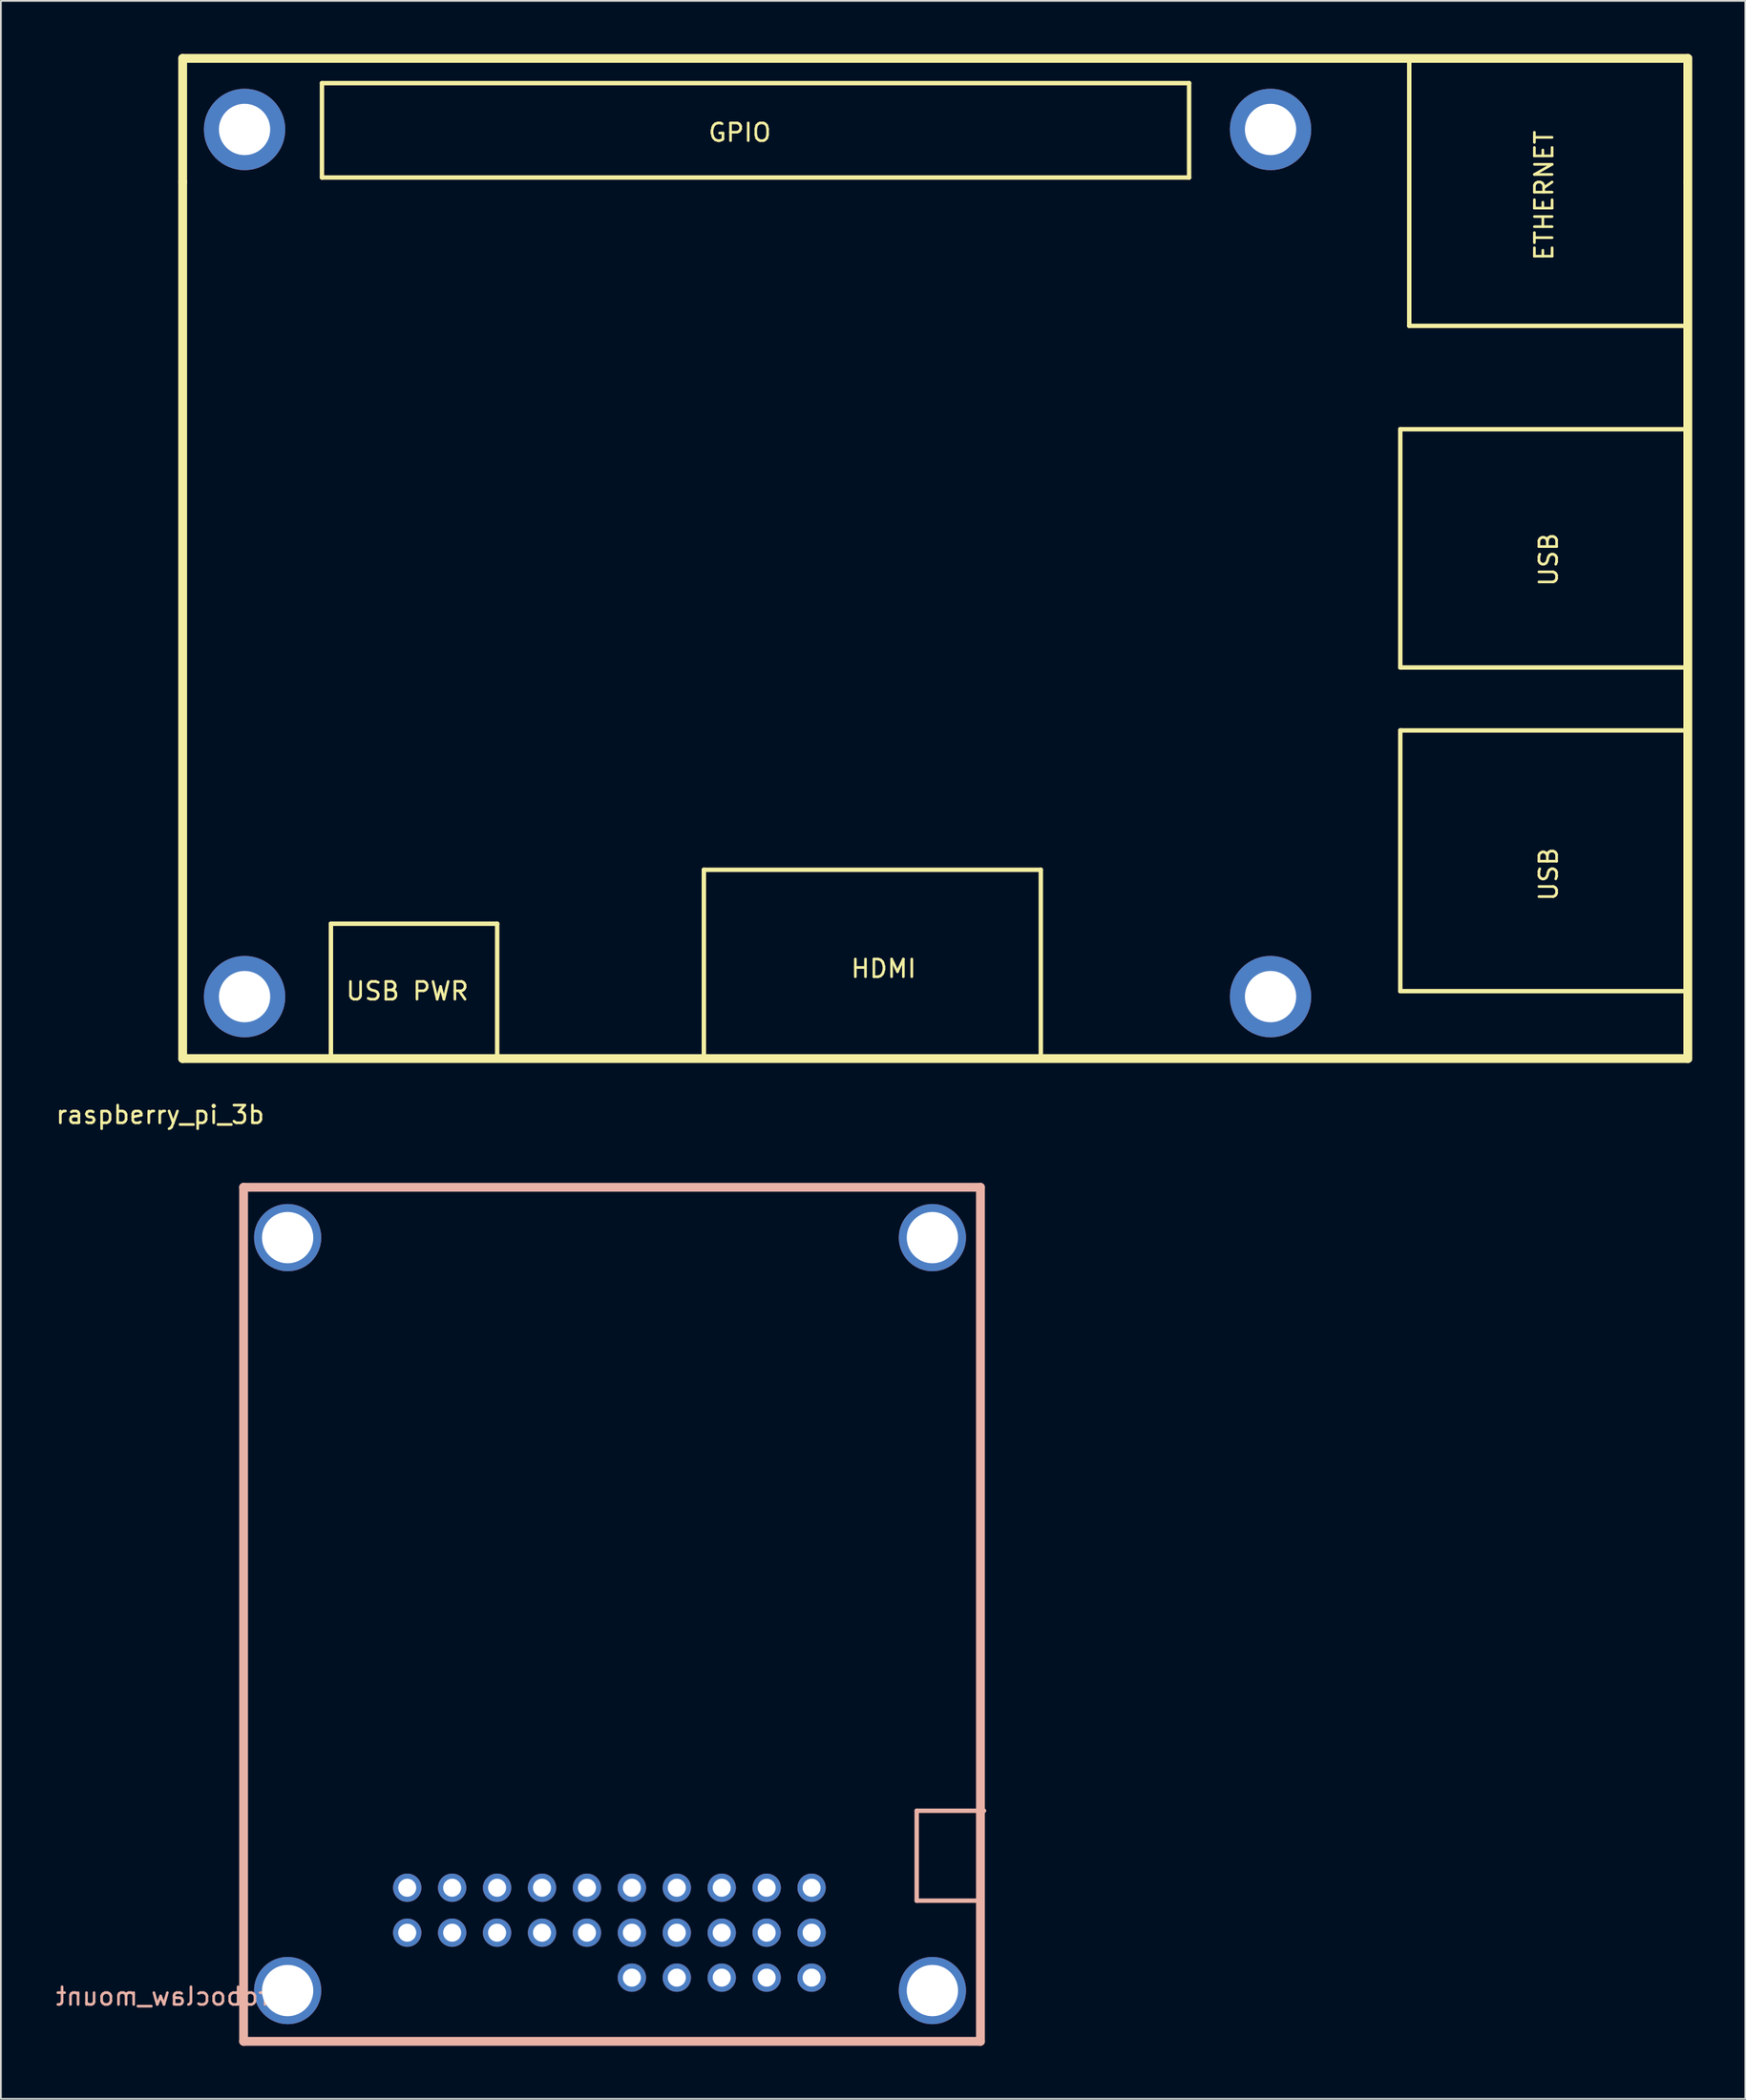
<source format=kicad_pcb>
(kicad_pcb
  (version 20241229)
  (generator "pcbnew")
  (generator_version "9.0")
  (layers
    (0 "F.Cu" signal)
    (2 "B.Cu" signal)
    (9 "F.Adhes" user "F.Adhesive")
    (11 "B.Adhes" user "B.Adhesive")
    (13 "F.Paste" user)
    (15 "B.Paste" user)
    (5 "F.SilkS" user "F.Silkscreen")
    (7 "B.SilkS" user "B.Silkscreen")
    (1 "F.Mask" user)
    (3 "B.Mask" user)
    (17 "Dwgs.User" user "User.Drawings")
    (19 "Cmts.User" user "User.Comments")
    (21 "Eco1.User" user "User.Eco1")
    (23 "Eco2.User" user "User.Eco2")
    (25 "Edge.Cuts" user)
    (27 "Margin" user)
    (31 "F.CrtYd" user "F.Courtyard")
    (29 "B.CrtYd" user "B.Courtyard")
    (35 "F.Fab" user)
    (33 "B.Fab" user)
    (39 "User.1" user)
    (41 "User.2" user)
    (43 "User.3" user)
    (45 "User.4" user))
  (footprint "raspberry_pi_3b"
    (layer "F.Cu")
    (at 7.276 56.765)
    (property "Reference" "raspberry_pi_3b" (at -1.27 3.175 0) (layer "F.SilkS") (effects (font (size 1 1) (thickness 0.15))))
    (attr through_hole)
    (fp_line (start 0 -56.515) (end 0 -49.53) (stroke (width 0.5) (type solid)) (layer "F.SilkS"))
    (fp_line (start 0 -56.515) (end 85.09 -56.515) (stroke (width 0.5) (type solid)) (layer "F.SilkS"))
    (fp_line (start 0 0) (end 0 -49.53) (stroke (width 0.5) (type solid)) (layer "F.SilkS"))
    (fp_line (start 7.874 -55.118) (end 7.874 -49.784) (stroke (width 0.25) (type solid)) (layer "F.SilkS"))
    (fp_line (start 7.874 -49.784) (end 56.896 -49.784) (stroke (width 0.25) (type solid)) (layer "F.SilkS"))
    (fp_line (start 8.382 -7.62) (end 17.78 -7.62) (stroke (width 0.25) (type solid)) (layer "F.SilkS"))
    (fp_line (start 8.382 0) (end 8.382 -7.62) (stroke (width 0.25) (type solid)) (layer "F.SilkS"))
    (fp_line (start 17.78 -7.62) (end 17.78 0) (stroke (width 0.25) (type solid)) (layer "F.SilkS"))
    (fp_line (start 29.464 -10.668) (end 48.514 -10.668) (stroke (width 0.25) (type solid)) (layer "F.SilkS"))
    (fp_line (start 29.464 0) (end 29.464 -10.668) (stroke (width 0.25) (type solid)) (layer "F.SilkS"))
    (fp_line (start 48.514 -10.668) (end 48.514 0) (stroke (width 0.25) (type solid)) (layer "F.SilkS"))
    (fp_line (start 56.896 -55.118) (end 7.874 -55.118) (stroke (width 0.25) (type solid)) (layer "F.SilkS"))
    (fp_line (start 56.896 -49.784) (end 56.896 -55.118) (stroke (width 0.25) (type solid)) (layer "F.SilkS"))
    (fp_line (start 68.834 -35.56) (end 68.834 -22.098) (stroke (width 0.25) (type solid)) (layer "F.SilkS"))
    (fp_line (start 68.834 -22.098) (end 85.09 -22.098) (stroke (width 0.25) (type solid)) (layer "F.SilkS"))
    (fp_line (start 68.834 -18.542) (end 68.834 -3.81) (stroke (width 0.25) (type solid)) (layer "F.SilkS"))
    (fp_line (start 68.834 -3.81) (end 85.09 -3.81) (stroke (width 0.25) (type solid)) (layer "F.SilkS"))
    (fp_line (start 69.342 -56.388) (end 69.342 -41.402) (stroke (width 0.25) (type solid)) (layer "F.SilkS"))
    (fp_line (start 69.342 -41.402) (end 85.09 -41.402) (stroke (width 0.25) (type solid)) (layer "F.SilkS"))
    (fp_line (start 85.09 -56.515) (end 85.09 -49.53) (stroke (width 0.5) (type solid)) (layer "F.SilkS"))
    (fp_line (start 85.09 -49.53) (end 85.09 0) (stroke (width 0.5) (type solid)) (layer "F.SilkS"))
    (fp_line (start 85.09 -35.56) (end 68.834 -35.56) (stroke (width 0.25) (type solid)) (layer "F.SilkS"))
    (fp_line (start 85.09 -18.542) (end 68.834 -18.542) (stroke (width 0.25) (type solid)) (layer "F.SilkS"))
    (fp_line (start 85.09 0) (end 0 0) (stroke (width 0.5) (type solid)) (layer "F.SilkS"))
    (fp_text user "ETHERNET" (at 76.962 -48.768 90) (layer "F.SilkS") (effects (font (size 1 1) (thickness 0.15))))
    (fp_text user "GPIO" (at 31.496 -52.324 0) (layer "F.SilkS") (effects (font (size 1 1) (thickness 0.15))))
    (fp_text user "USB" (at 77.216 -28.194 90) (layer "F.SilkS") (effects (font (size 1 1) (thickness 0.15))))
    (fp_text user "HDMI" (at 39.624 -5.08 0) (layer "F.SilkS") (effects (font (size 1 1) (thickness 0.15))))
    (fp_text user "USB PWR" (at 12.7 -3.81 0) (layer "F.SilkS") (effects (font (size 1 1) (thickness 0.15))))
    (fp_text user "USB" (at 77.216 -10.414 90) (layer "F.SilkS") (effects (font (size 1 1) (thickness 0.15))))
    (pad "" np_thru_hole circle (at 3.5 -52.5) (size 4.6 4.6) (drill 2.9) (layers "*.Cu" "*.Mask"))
    (pad "" np_thru_hole circle (at 3.5 -3.5) (size 4.6 4.6) (drill 2.9) (layers "*.Cu" "*.Mask"))
    (pad "" np_thru_hole circle (at 61.5 -52.5) (size 4.6 4.6) (drill 2.9) (layers "*.Cu" "*.Mask"))
    (pad "" np_thru_hole circle (at 61.5 -3.5) (size 4.6 4.6) (drill 2.9) (layers "*.Cu" "*.Mask")))
  (footprint "roboclaw_mount"
    (layer "F.Cu")
    (at 13.211 109.428)
    (property "Reference" "roboclaw_mount" (at -7.062 0.33 0) (layer "B.SilkS") (effects (font (size 1 1) (thickness 0.15)) (justify mirror)))
    (attr through_hole)
    (fp_line (start -2.49 -45.39) (end -2.49 2.87) (stroke (width 0.5) (type solid)) (layer "B.SilkS"))
    (fp_line (start -2.49 2.87) (end 39.166 2.87) (stroke (width 0.5) (type solid)) (layer "B.SilkS"))
    (fp_line (start 35.56 -10.16) (end 39.37 -10.16) (stroke (width 0.25) (type solid)) (layer "B.SilkS"))
    (fp_line (start 35.56 -5.08) (end 35.56 -10.16) (stroke (width 0.25) (type solid)) (layer "B.SilkS"))
    (fp_line (start 39.116 -5.08) (end 35.56 -5.08) (stroke (width 0.25) (type solid)) (layer "B.SilkS"))
    (fp_line (start 39.166 -45.39) (end -2.49 -45.39) (stroke (width 0.5) (type solid)) (layer "B.SilkS"))
    (fp_line (start 39.166 2.87) (end 39.166 -45.39) (stroke (width 0.5) (type solid)) (layer "B.SilkS"))
    (pad "" np_thru_hole circle (at 0 -42.545) (size 3.8 3.8) (drill 2.9) (layers "*.Cu" "*.Mask"))
    (pad "" np_thru_hole circle (at 0 0) (size 3.8 3.8) (drill 2.9) (layers "*.Cu" "*.Mask"))
    (pad "" np_thru_hole circle (at 36.449 -42.545) (size 3.8 3.8) (drill 2.9) (layers "*.Cu" "*.Mask"))
    (pad "" np_thru_hole circle (at 36.449 0) (size 3.8 3.8) (drill 2.9) (layers "*.Cu" "*.Mask"))
    (pad "1" thru_hole circle (at 6.76 -3.27) (size 1.6 1.6) (drill 1.02) (layers "*.Cu" "*.Mask"))
    (pad "2" thru_hole circle (at 6.76 -5.81) (size 1.6 1.6) (drill 1.02) (layers "*.Cu" "*.Mask"))
    (pad "3" thru_hole circle (at 9.3 -3.27) (size 1.6 1.6) (drill 1.02) (layers "*.Cu" "*.Mask"))
    (pad "4" thru_hole circle (at 9.3 -5.81) (size 1.6 1.6) (drill 1.02) (layers "*.Cu" "*.Mask"))
    (pad "5" thru_hole circle (at 11.84 -3.27) (size 1.6 1.6) (drill 1.02) (layers "*.Cu" "*.Mask"))
    (pad "6" thru_hole circle (at 11.84 -5.81) (size 1.6 1.6) (drill 1.02) (layers "*.Cu" "*.Mask"))
    (pad "7" thru_hole circle (at 14.38 -3.27) (size 1.6 1.6) (drill 1.02) (layers "*.Cu" "*.Mask"))
    (pad "8" thru_hole circle (at 14.38 -5.81) (size 1.6 1.6) (drill 1.02) (layers "*.Cu" "*.Mask"))
    (pad "9" thru_hole circle (at 16.92 -3.27) (size 1.6 1.6) (drill 1.02) (layers "*.Cu" "*.Mask"))
    (pad "10" thru_hole circle (at 16.92 -5.81) (size 1.6 1.6) (drill 1.02) (layers "*.Cu" "*.Mask"))
    (pad "11" thru_hole circle (at 19.46 -3.27) (size 1.6 1.6) (drill 1.02) (layers "*.Cu" "*.Mask"))
    (pad "12" thru_hole circle (at 19.46 -5.81) (size 1.6 1.6) (drill 1.02) (layers "*.Cu" "*.Mask"))
    (pad "13" thru_hole circle (at 22 -3.27) (size 1.6 1.6) (drill 1.02) (layers "*.Cu" "*.Mask"))
    (pad "14" thru_hole circle (at 22 -5.81) (size 1.6 1.6) (drill 1.02) (layers "*.Cu" "*.Mask"))
    (pad "15" thru_hole circle (at 24.54 -3.27) (size 1.6 1.6) (drill 1.02) (layers "*.Cu" "*.Mask"))
    (pad "16" thru_hole circle (at 24.54 -5.81) (size 1.6 1.6) (drill 1.02) (layers "*.Cu" "*.Mask"))
    (pad "17" thru_hole circle (at 27.08 -3.27) (size 1.6 1.6) (drill 1.02) (layers "*.Cu" "*.Mask"))
    (pad "18" thru_hole circle (at 27.08 -5.81) (size 1.6 1.6) (drill 1.02) (layers "*.Cu" "*.Mask"))
    (pad "19" thru_hole circle (at 29.62 -3.27) (size 1.6 1.6) (drill 1.02) (layers "*.Cu" "*.Mask"))
    (pad "20" thru_hole circle (at 29.62 -5.81) (size 1.6 1.6) (drill 1.02) (layers "*.Cu" "*.Mask"))
    (pad "21" thru_hole circle (at 19.46 -0.73) (size 1.6 1.6) (drill 1.02) (layers "*.Cu" "*.Mask"))
    (pad "22" thru_hole circle (at 22 -0.73) (size 1.6 1.6) (drill 1.02) (layers "*.Cu" "*.Mask"))
    (pad "23" thru_hole circle (at 24.54 -0.73) (size 1.6 1.6) (drill 1.02) (layers "*.Cu" "*.Mask"))
    (pad "24" thru_hole circle (at 27.08 -0.73) (size 1.6 1.6) (drill 1.02) (layers "*.Cu" "*.Mask"))
    (pad "25" thru_hole circle (at 29.62 -0.73) (size 1.6 1.6) (drill 1.02) (layers "*.Cu" "*.Mask")))
  (gr_rect
    (start -3 -3)
    (end 95.616 115.548)
    (stroke (width 0.1) (type default))
    (fill no)
    (layer "Edge.Cuts")))
</source>
